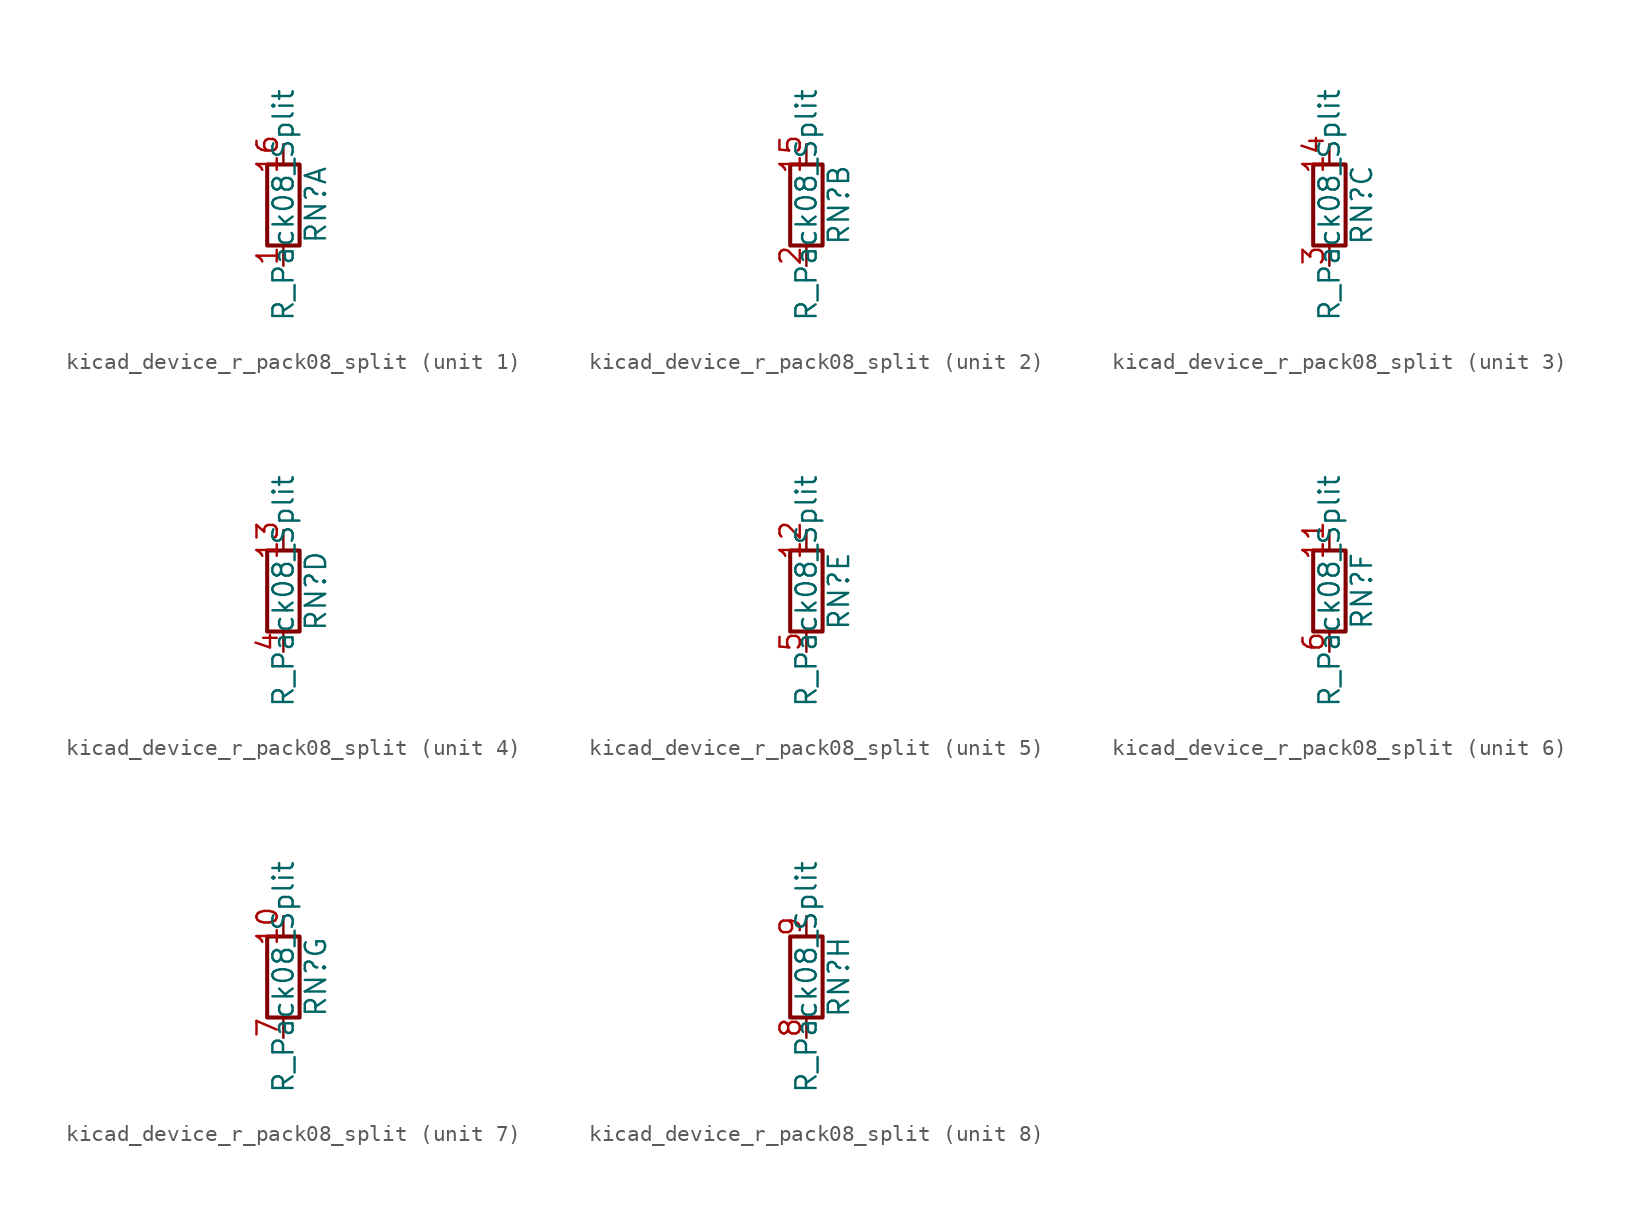
<source format=kicad_sym>
(kicad_symbol_lib
  (version 20220914)
  (generator kicad_symbol_editor)
  (symbol "kicad_device_r_pack08_split"
    (pin_names
      (offset 0) hide)
    (property "Reference" "RN"
      (at 2.032 0 90)
      (effects (font (size 1.27 1.27))))
    (property "Value" "R_Pack08_Split"
      (at 0 0 90)
      (effects (font (size 1.27 1.27))))
    (symbol "kicad_device_r_pack08_split_0_1"
      (rectangle (start 1.016 2.54) (end -1.016 -2.54) (stroke (width 0.254) (type default)) (fill (type none))))
    (symbol "kicad_device_r_pack08_split_1_1"
      (pin passive line (at 0 -3.81 90) (length 1.27) (name "R1.1" (effects (font (size 1.27 1.27)))) (number "1" (effects (font (size 1.27 1.27)))))
      (pin passive line (at 0 3.81 270) (length 1.27) (name "R1.2" (effects (font (size 1.27 1.27)))) (number "16" (effects (font (size 1.27 1.27))))))
    (symbol "kicad_device_r_pack08_split_2_1"
      (pin passive line (at 0 3.81 270) (length 1.27) (name "R2.2" (effects (font (size 1.27 1.27)))) (number "15" (effects (font (size 1.27 1.27)))))
      (pin passive line (at 0 -3.81 90) (length 1.27) (name "R2.1" (effects (font (size 1.27 1.27)))) (number "2" (effects (font (size 1.27 1.27))))))
    (symbol "kicad_device_r_pack08_split_3_1"
      (pin passive line (at 0 3.81 270) (length 1.27) (name "R3.2" (effects (font (size 1.27 1.27)))) (number "14" (effects (font (size 1.27 1.27)))))
      (pin passive line (at 0 -3.81 90) (length 1.27) (name "R3.1" (effects (font (size 1.27 1.27)))) (number "3" (effects (font (size 1.27 1.27))))))
    (symbol "kicad_device_r_pack08_split_4_1"
      (pin passive line (at 0 3.81 270) (length 1.27) (name "R4.2" (effects (font (size 1.27 1.27)))) (number "13" (effects (font (size 1.27 1.27)))))
      (pin passive line (at 0 -3.81 90) (length 1.27) (name "R4.1" (effects (font (size 1.27 1.27)))) (number "4" (effects (font (size 1.27 1.27))))))
    (symbol "kicad_device_r_pack08_split_5_1"
      (pin passive line (at 0 3.81 270) (length 1.27) (name "R5.2" (effects (font (size 1.27 1.27)))) (number "12" (effects (font (size 1.27 1.27)))))
      (pin passive line (at 0 -3.81 90) (length 1.27) (name "R5.1" (effects (font (size 1.27 1.27)))) (number "5" (effects (font (size 1.27 1.27))))))
    (symbol "kicad_device_r_pack08_split_6_1"
      (pin passive line (at 0 3.81 270) (length 1.27) (name "R6.2" (effects (font (size 1.27 1.27)))) (number "11" (effects (font (size 1.27 1.27)))))
      (pin passive line (at 0 -3.81 90) (length 1.27) (name "R6.1" (effects (font (size 1.27 1.27)))) (number "6" (effects (font (size 1.27 1.27))))))
    (symbol "kicad_device_r_pack08_split_7_1"
      (pin passive line (at 0 3.81 270) (length 1.27) (name "R7.2" (effects (font (size 1.27 1.27)))) (number "10" (effects (font (size 1.27 1.27)))))
      (pin passive line (at 0 -3.81 90) (length 1.27) (name "R7.1" (effects (font (size 1.27 1.27)))) (number "7" (effects (font (size 1.27 1.27))))))
    (symbol "kicad_device_r_pack08_split_8_1"
      (pin passive line (at 0 -3.81 90) (length 1.27) (name "R8.1" (effects (font (size 1.27 1.27)))) (number "8" (effects (font (size 1.27 1.27)))))
      (pin passive line (at 0 3.81 270) (length 1.27) (name "R8.2" (effects (font (size 1.27 1.27)))) (number "9" (effects (font (size 1.27 1.27))))))))
</source>
